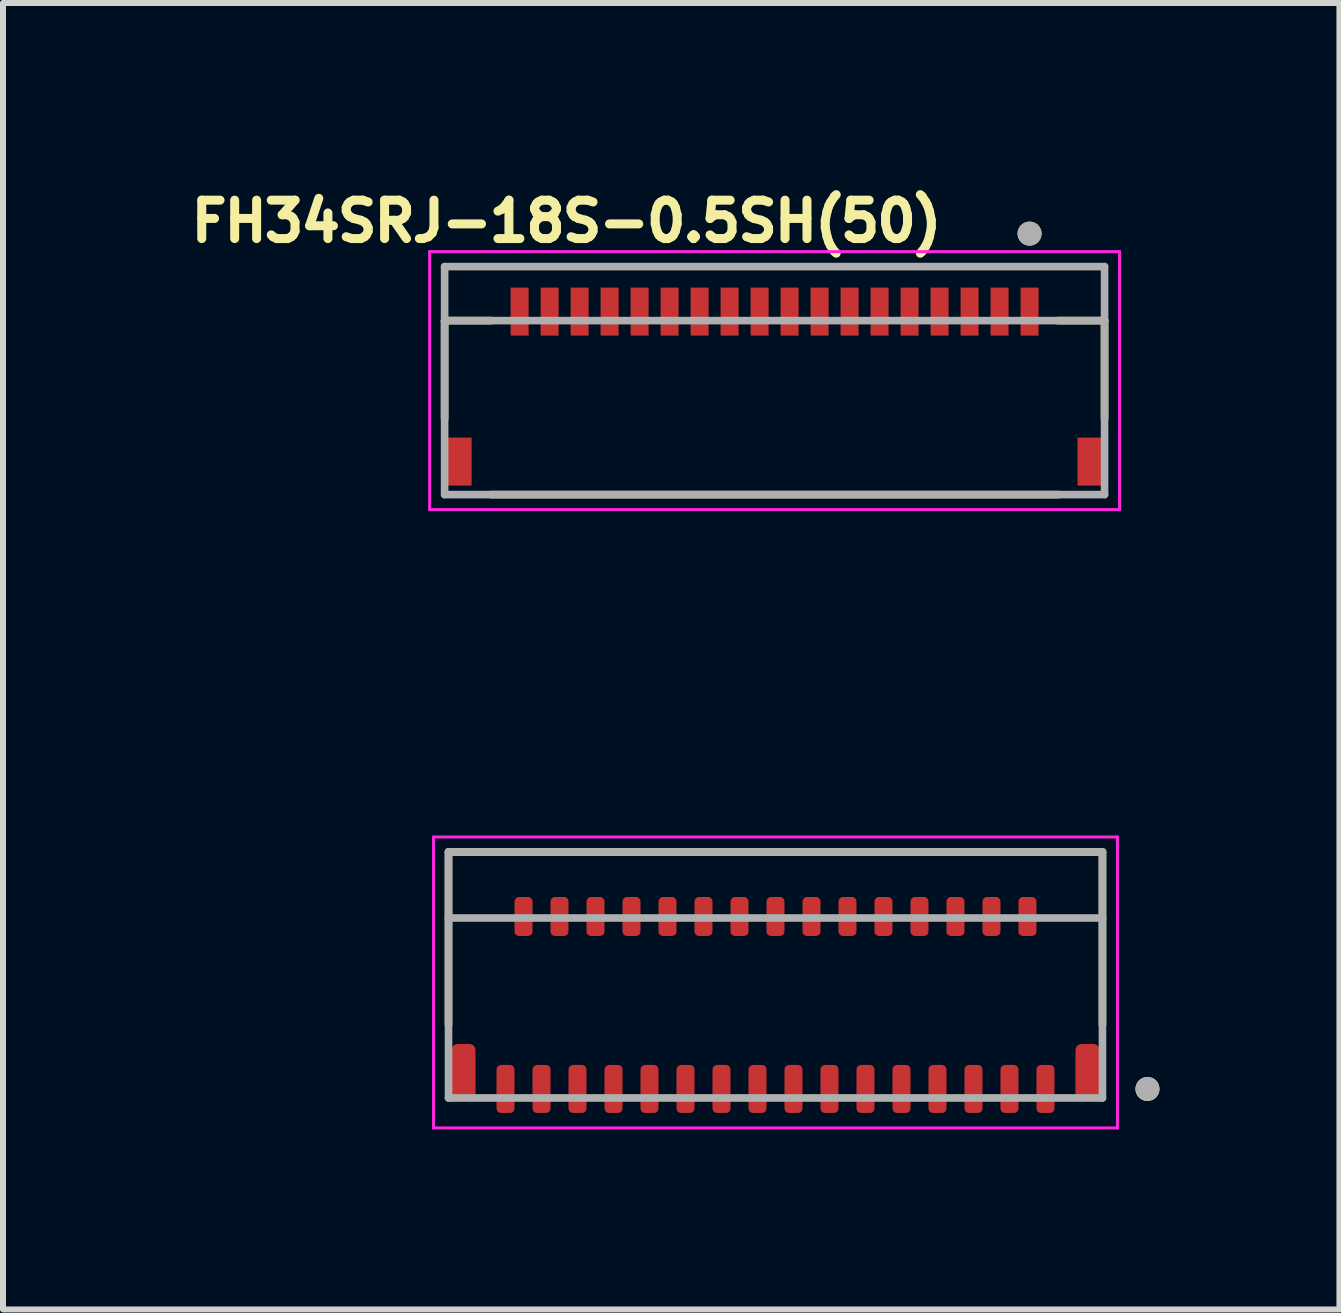
<source format=kicad_pcb>
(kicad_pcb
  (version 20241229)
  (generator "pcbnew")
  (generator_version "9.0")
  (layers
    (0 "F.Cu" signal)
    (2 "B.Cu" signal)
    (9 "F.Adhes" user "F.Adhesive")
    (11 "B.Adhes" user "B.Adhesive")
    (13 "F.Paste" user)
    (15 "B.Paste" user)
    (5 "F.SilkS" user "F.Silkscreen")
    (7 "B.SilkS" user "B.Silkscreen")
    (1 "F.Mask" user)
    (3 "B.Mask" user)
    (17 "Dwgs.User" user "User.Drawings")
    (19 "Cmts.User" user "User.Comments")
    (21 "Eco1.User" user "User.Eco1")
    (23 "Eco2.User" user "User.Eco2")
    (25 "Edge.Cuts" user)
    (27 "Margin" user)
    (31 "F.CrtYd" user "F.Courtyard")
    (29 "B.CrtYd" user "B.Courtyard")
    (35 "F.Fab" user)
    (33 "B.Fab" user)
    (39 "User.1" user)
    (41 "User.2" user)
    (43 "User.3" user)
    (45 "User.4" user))
  (footprint "FH35C-31S-0.3SHW_50_"
    (layer "F.Cu")
    (at 9.876 13.701)
    (property "Reference" "FH35C-31S-0.3SHW_50_" (at -3.7 -4.6 0) (layer "User.2") (effects (font (size 0.63 0.63) (thickness 0.15))))
    (attr smd)
    (fp_line (start -5.45 -2.55) (end -5.45 0.33) (stroke (width 0.127) (type solid)) (layer "F.SilkS"))
    (fp_line (start 5.45 -2.55) (end -5.45 -2.55) (stroke (width 0.127) (type solid)) (layer "F.SilkS"))
    (fp_line (start 5.45 0.33) (end 5.45 -2.55) (stroke (width 0.127) (type solid)) (layer "F.SilkS"))
    (fp_circle (center 6.2 1.4) (end 6.3 1.4) (stroke (width 0.2) (type solid)) (fill no) (layer "F.SilkS"))
    (fp_line (start -5.7 -2.8) (end -5.7 2.05) (stroke (width 0.05) (type solid)) (layer "F.CrtYd"))
    (fp_line (start -5.7 2.05) (end 5.7 2.05) (stroke (width 0.05) (type solid)) (layer "F.CrtYd"))
    (fp_line (start 5.7 -2.8) (end -5.7 -2.8) (stroke (width 0.05) (type solid)) (layer "F.CrtYd"))
    (fp_line (start 5.7 2.05) (end 5.7 -2.8) (stroke (width 0.05) (type solid)) (layer "F.CrtYd"))
    (fp_line (start -5.45 -2.55) (end 5.45 -2.55) (stroke (width 0.127) (type solid)) (layer "F.Fab"))
    (fp_line (start -5.45 -1.45) (end -5.45 -2.55) (stroke (width 0.127) (type solid)) (layer "F.Fab"))
    (fp_line (start -5.45 -1.45) (end -5.45 1.55) (stroke (width 0.127) (type solid)) (layer "F.Fab"))
    (fp_line (start -5.45 1.55) (end 5.45 1.55) (stroke (width 0.127) (type solid)) (layer "F.Fab"))
    (fp_line (start 5.45 -2.55) (end 5.45 -1.45) (stroke (width 0.127) (type solid)) (layer "F.Fab"))
    (fp_line (start 5.45 -1.45) (end -5.45 -1.45) (stroke (width 0.127) (type solid)) (layer "F.Fab"))
    (fp_line (start 5.45 1.55) (end 5.45 -1.45) (stroke (width 0.127) (type solid)) (layer "F.Fab"))
    (fp_circle (center 6.2 1.4) (end 6.3 1.4) (stroke (width 0.2) (type solid)) (fill no) (layer "F.Fab"))
    (pad "1" smd roundrect (at 4.5 1.4) (size 0.3 0.8) (layers "F.Cu" "F.Mask" "F.Paste") (roundrect_rratio 0.25))
    (pad "2" smd roundrect (at 4.2 -1.475) (size 0.3 0.65) (layers "F.Cu" "F.Mask" "F.Paste") (roundrect_rratio 0.25))
    (pad "3" smd roundrect (at 3.9 1.4) (size 0.3 0.8) (layers "F.Cu" "F.Mask" "F.Paste") (roundrect_rratio 0.25))
    (pad "4" smd roundrect (at 3.6 -1.475) (size 0.3 0.65) (layers "F.Cu" "F.Mask" "F.Paste") (roundrect_rratio 0.25))
    (pad "5" smd roundrect (at 3.3 1.4) (size 0.3 0.8) (layers "F.Cu" "F.Mask" "F.Paste") (roundrect_rratio 0.25))
    (pad "6" smd roundrect (at 3 -1.475) (size 0.3 0.65) (layers "F.Cu" "F.Mask" "F.Paste") (roundrect_rratio 0.25))
    (pad "7" smd roundrect (at 2.7 1.4) (size 0.3 0.8) (layers "F.Cu" "F.Mask" "F.Paste") (roundrect_rratio 0.25))
    (pad "8" smd roundrect (at 2.4 -1.475) (size 0.3 0.65) (layers "F.Cu" "F.Mask" "F.Paste") (roundrect_rratio 0.25))
    (pad "9" smd roundrect (at 2.1 1.4) (size 0.3 0.8) (layers "F.Cu" "F.Mask" "F.Paste") (roundrect_rratio 0.25))
    (pad "10" smd roundrect (at 1.8 -1.475) (size 0.3 0.65) (layers "F.Cu" "F.Mask" "F.Paste") (roundrect_rratio 0.25))
    (pad "11" smd roundrect (at 1.5 1.4) (size 0.3 0.8) (layers "F.Cu" "F.Mask" "F.Paste") (roundrect_rratio 0.25))
    (pad "12" smd roundrect (at 1.2 -1.475) (size 0.3 0.65) (layers "F.Cu" "F.Mask" "F.Paste") (roundrect_rratio 0.25))
    (pad "13" smd roundrect (at 0.9 1.4) (size 0.3 0.8) (layers "F.Cu" "F.Mask" "F.Paste") (roundrect_rratio 0.25))
    (pad "14" smd roundrect (at 0.6 -1.475) (size 0.3 0.65) (layers "F.Cu" "F.Mask" "F.Paste") (roundrect_rratio 0.25))
    (pad "15" smd roundrect (at 0.3 1.4) (size 0.3 0.8) (layers "F.Cu" "F.Mask" "F.Paste") (roundrect_rratio 0.25))
    (pad "16" smd roundrect (at 0 -1.475) (size 0.3 0.65) (layers "F.Cu" "F.Mask" "F.Paste") (roundrect_rratio 0.25))
    (pad "17" smd roundrect (at -0.3 1.4) (size 0.3 0.8) (layers "F.Cu" "F.Mask" "F.Paste") (roundrect_rratio 0.25))
    (pad "18" smd roundrect (at -0.6 -1.475) (size 0.3 0.65) (layers "F.Cu" "F.Mask" "F.Paste") (roundrect_rratio 0.25))
    (pad "19" smd roundrect (at -0.9 1.4) (size 0.3 0.8) (layers "F.Cu" "F.Mask" "F.Paste") (roundrect_rratio 0.25))
    (pad "20" smd roundrect (at -1.2 -1.475) (size 0.3 0.65) (layers "F.Cu" "F.Mask" "F.Paste") (roundrect_rratio 0.25))
    (pad "21" smd roundrect (at -1.5 1.4) (size 0.3 0.8) (layers "F.Cu" "F.Mask" "F.Paste") (roundrect_rratio 0.25))
    (pad "22" smd roundrect (at -1.8 -1.475) (size 0.3 0.65) (layers "F.Cu" "F.Mask" "F.Paste") (roundrect_rratio 0.25))
    (pad "23" smd roundrect (at -2.1 1.4) (size 0.3 0.8) (layers "F.Cu" "F.Mask" "F.Paste") (roundrect_rratio 0.25))
    (pad "24" smd roundrect (at -2.4 -1.475) (size 0.3 0.65) (layers "F.Cu" "F.Mask" "F.Paste") (roundrect_rratio 0.25))
    (pad "25" smd roundrect (at -2.7 1.4) (size 0.3 0.8) (layers "F.Cu" "F.Mask" "F.Paste") (roundrect_rratio 0.25))
    (pad "26" smd roundrect (at -3 -1.475) (size 0.3 0.65) (layers "F.Cu" "F.Mask" "F.Paste") (roundrect_rratio 0.25))
    (pad "27" smd roundrect (at -3.3 1.4) (size 0.3 0.8) (layers "F.Cu" "F.Mask" "F.Paste") (roundrect_rratio 0.25))
    (pad "28" smd roundrect (at -3.6 -1.475) (size 0.3 0.65) (layers "F.Cu" "F.Mask" "F.Paste") (roundrect_rratio 0.25))
    (pad "29" smd roundrect (at -3.9 1.4) (size 0.3 0.8) (layers "F.Cu" "F.Mask" "F.Paste") (roundrect_rratio 0.25))
    (pad "30" smd roundrect (at -4.2 -1.475) (size 0.3 0.65) (layers "F.Cu" "F.Mask" "F.Paste") (roundrect_rratio 0.25))
    (pad "31" smd roundrect (at -4.5 1.4) (size 0.3 0.8) (layers "F.Cu" "F.Mask" "F.Paste") (roundrect_rratio 0.25))
    (pad "SH" smd roundrect (at -5.2 1.125) (size 0.4 0.95) (layers "F.Cu" "F.Mask" "F.Paste") (roundrect_rratio 0.25))
    (pad "SH" smd roundrect (at 5.2 1.125) (size 0.4 0.95) (layers "F.Cu" "F.Mask" "F.Paste") (roundrect_rratio 0.25)))
  (footprint "FH34SRJ-18S-0.5SH(50)"
    (layer "F.Cu")
    (at 9.861 3.394)
    (property "Reference" "FH34SRJ-18S-0.5SH(50)" (at -3.468 -2.756 0) (layer "F.SilkS") (effects (font (size 0.64 0.64) (thickness 0.15))))
    (attr smd)
    (fp_line (start -5.5 -1.1) (end -5.5 0.53) (stroke (width 0.127) (type solid)) (layer "F.SilkS"))
    (fp_line (start -4.73 1.8) (end 4.73 1.8) (stroke (width 0.127) (type solid)) (layer "F.SilkS"))
    (fp_line (start -4.72 -1.1) (end -5.5 -1.1) (stroke (width 0.127) (type solid)) (layer "F.SilkS"))
    (fp_line (start 4.72 -1.1) (end 5.5 -1.1) (stroke (width 0.127) (type solid)) (layer "F.SilkS"))
    (fp_line (start 5.5 -1.1) (end 5.5 0.53) (stroke (width 0.127) (type solid)) (layer "F.SilkS"))
    (fp_circle (center 4.25 -2.55) (end 4.35 -2.55) (stroke (width 0.2) (type solid)) (fill no) (layer "F.SilkS"))
    (fp_poly (pts (xy -4.375 -1.65) (xy -4.125 -1.65) (xy -4.125 -1) (xy -4.375 -1)) (stroke (width 0.01) (type solid)) (fill yes) (layer "F.Paste"))
    (fp_poly (pts (xy -3.875 -1.65) (xy -3.625 -1.65) (xy -3.625 -1) (xy -3.875 -1)) (stroke (width 0.01) (type solid)) (fill yes) (layer "F.Paste"))
    (fp_poly (pts (xy -3.375 -1.65) (xy -3.125 -1.65) (xy -3.125 -1) (xy -3.375 -1)) (stroke (width 0.01) (type solid)) (fill yes) (layer "F.Paste"))
    (fp_poly (pts (xy -2.875 -1.65) (xy -2.625 -1.65) (xy -2.625 -1) (xy -2.875 -1)) (stroke (width 0.01) (type solid)) (fill yes) (layer "F.Paste"))
    (fp_poly (pts (xy -2.375 -1.65) (xy -2.125 -1.65) (xy -2.125 -1) (xy -2.375 -1)) (stroke (width 0.01) (type solid)) (fill yes) (layer "F.Paste"))
    (fp_poly (pts (xy -1.875 -1.65) (xy -1.625 -1.65) (xy -1.625 -1) (xy -1.875 -1)) (stroke (width 0.01) (type solid)) (fill yes) (layer "F.Paste"))
    (fp_poly (pts (xy -1.375 -1.65) (xy -1.125 -1.65) (xy -1.125 -1) (xy -1.375 -1)) (stroke (width 0.01) (type solid)) (fill yes) (layer "F.Paste"))
    (fp_poly (pts (xy -0.875 -1.65) (xy -0.625 -1.65) (xy -0.625 -1) (xy -0.875 -1)) (stroke (width 0.01) (type solid)) (fill yes) (layer "F.Paste"))
    (fp_poly (pts (xy -0.375 -1.65) (xy -0.125 -1.65) (xy -0.125 -1) (xy -0.375 -1)) (stroke (width 0.01) (type solid)) (fill yes) (layer "F.Paste"))
    (fp_poly (pts (xy 0.125 -1.65) (xy 0.375 -1.65) (xy 0.375 -1) (xy 0.125 -1)) (stroke (width 0.01) (type solid)) (fill yes) (layer "F.Paste"))
    (fp_poly (pts (xy 0.625 -1.65) (xy 0.875 -1.65) (xy 0.875 -1) (xy 0.625 -1)) (stroke (width 0.01) (type solid)) (fill yes) (layer "F.Paste"))
    (fp_poly (pts (xy 1.125 -1.65) (xy 1.375 -1.65) (xy 1.375 -1) (xy 1.125 -1)) (stroke (width 0.01) (type solid)) (fill yes) (layer "F.Paste"))
    (fp_poly (pts (xy 1.625 -1.65) (xy 1.875 -1.65) (xy 1.875 -1) (xy 1.625 -1)) (stroke (width 0.01) (type solid)) (fill yes) (layer "F.Paste"))
    (fp_poly (pts (xy 2.125 -1.65) (xy 2.375 -1.65) (xy 2.375 -1) (xy 2.125 -1)) (stroke (width 0.01) (type solid)) (fill yes) (layer "F.Paste"))
    (fp_poly (pts (xy 2.625 -1.65) (xy 2.875 -1.65) (xy 2.875 -1) (xy 2.625 -1)) (stroke (width 0.01) (type solid)) (fill yes) (layer "F.Paste"))
    (fp_poly (pts (xy 3.125 -1.65) (xy 3.375 -1.65) (xy 3.375 -1) (xy 3.125 -1)) (stroke (width 0.01) (type solid)) (fill yes) (layer "F.Paste"))
    (fp_poly (pts (xy 3.625 -1.65) (xy 3.875 -1.65) (xy 3.875 -1) (xy 3.625 -1)) (stroke (width 0.01) (type solid)) (fill yes) (layer "F.Paste"))
    (fp_poly (pts (xy 4.125 -1.65) (xy 4.375 -1.65) (xy 4.375 -1) (xy 4.125 -1)) (stroke (width 0.01) (type solid)) (fill yes) (layer "F.Paste"))
    (fp_line (start -5.75 -2.25) (end -5.75 2.05) (stroke (width 0.05) (type solid)) (layer "F.CrtYd"))
    (fp_line (start -5.75 2.05) (end 5.75 2.05) (stroke (width 0.05) (type solid)) (layer "F.CrtYd"))
    (fp_line (start 5.75 -2.25) (end -5.75 -2.25) (stroke (width 0.05) (type solid)) (layer "F.CrtYd"))
    (fp_line (start 5.75 2.05) (end 5.75 -2.25) (stroke (width 0.05) (type solid)) (layer "F.CrtYd"))
    (fp_line (start -5.5 -2) (end 5.5 -2) (stroke (width 0.127) (type solid)) (layer "F.Fab"))
    (fp_line (start -5.5 -1.1) (end -5.5 -2) (stroke (width 0.127) (type solid)) (layer "F.Fab"))
    (fp_line (start -5.5 -1.1) (end 5.5 -1.1) (stroke (width 0.127) (type solid)) (layer "F.Fab"))
    (fp_line (start -5.5 1.8) (end -5.5 -1.1) (stroke (width 0.127) (type solid)) (layer "F.Fab"))
    (fp_line (start 5.5 -2) (end 5.5 -1.1) (stroke (width 0.127) (type solid)) (layer "F.Fab"))
    (fp_line (start 5.5 -1.1) (end 5.5 1.8) (stroke (width 0.127) (type solid)) (layer "F.Fab"))
    (fp_line (start 5.5 1.8) (end -5.5 1.8) (stroke (width 0.127) (type solid)) (layer "F.Fab"))
    (fp_circle (center 4.25 -2.55) (end 4.35 -2.55) (stroke (width 0.2) (type solid)) (fill no) (layer "F.Fab"))
    (pad "1" smd rect (at 4.25 -1.25) (size 0.3 0.8) (layers "F.Cu" "F.Mask"))
    (pad "2" smd rect (at 3.75 -1.25) (size 0.3 0.8) (layers "F.Cu" "F.Mask"))
    (pad "3" smd rect (at 3.25 -1.25) (size 0.3 0.8) (layers "F.Cu" "F.Mask"))
    (pad "4" smd rect (at 2.75 -1.25) (size 0.3 0.8) (layers "F.Cu" "F.Mask"))
    (pad "5" smd rect (at 2.25 -1.25) (size 0.3 0.8) (layers "F.Cu" "F.Mask"))
    (pad "6" smd rect (at 1.75 -1.25) (size 0.3 0.8) (layers "F.Cu" "F.Mask"))
    (pad "7" smd rect (at 1.25 -1.25) (size 0.3 0.8) (layers "F.Cu" "F.Mask"))
    (pad "8" smd rect (at 0.75 -1.25) (size 0.3 0.8) (layers "F.Cu" "F.Mask"))
    (pad "9" smd rect (at 0.25 -1.25) (size 0.3 0.8) (layers "F.Cu" "F.Mask"))
    (pad "10" smd rect (at -0.25 -1.25) (size 0.3 0.8) (layers "F.Cu" "F.Mask"))
    (pad "11" smd rect (at -0.75 -1.25) (size 0.3 0.8) (layers "F.Cu" "F.Mask"))
    (pad "12" smd rect (at -1.25 -1.25) (size 0.3 0.8) (layers "F.Cu" "F.Mask"))
    (pad "13" smd rect (at -1.75 -1.25) (size 0.3 0.8) (layers "F.Cu" "F.Mask"))
    (pad "14" smd rect (at -2.25 -1.25) (size 0.3 0.8) (layers "F.Cu" "F.Mask"))
    (pad "15" smd rect (at -2.75 -1.25) (size 0.3 0.8) (layers "F.Cu" "F.Mask"))
    (pad "16" smd rect (at -3.25 -1.25) (size 0.3 0.8) (layers "F.Cu" "F.Mask"))
    (pad "17" smd rect (at -3.75 -1.25) (size 0.3 0.8) (layers "F.Cu" "F.Mask"))
    (pad "18" smd rect (at -4.25 -1.25) (size 0.3 0.8) (layers "F.Cu" "F.Mask"))
    (pad "S1" smd rect (at 5.25 1.25) (size 0.4 0.8) (layers "F.Cu" "F.Mask" "F.Paste"))
    (pad "S2" smd rect (at -5.25 1.25) (size 0.4 0.8) (layers "F.Cu" "F.Mask" "F.Paste")))
  (gr_rect
    (start -3 -3)
    (end 19.276 18.776)
    (stroke (width 0.1) (type default))
    (fill no)
    (layer "Edge.Cuts")))
</source>
